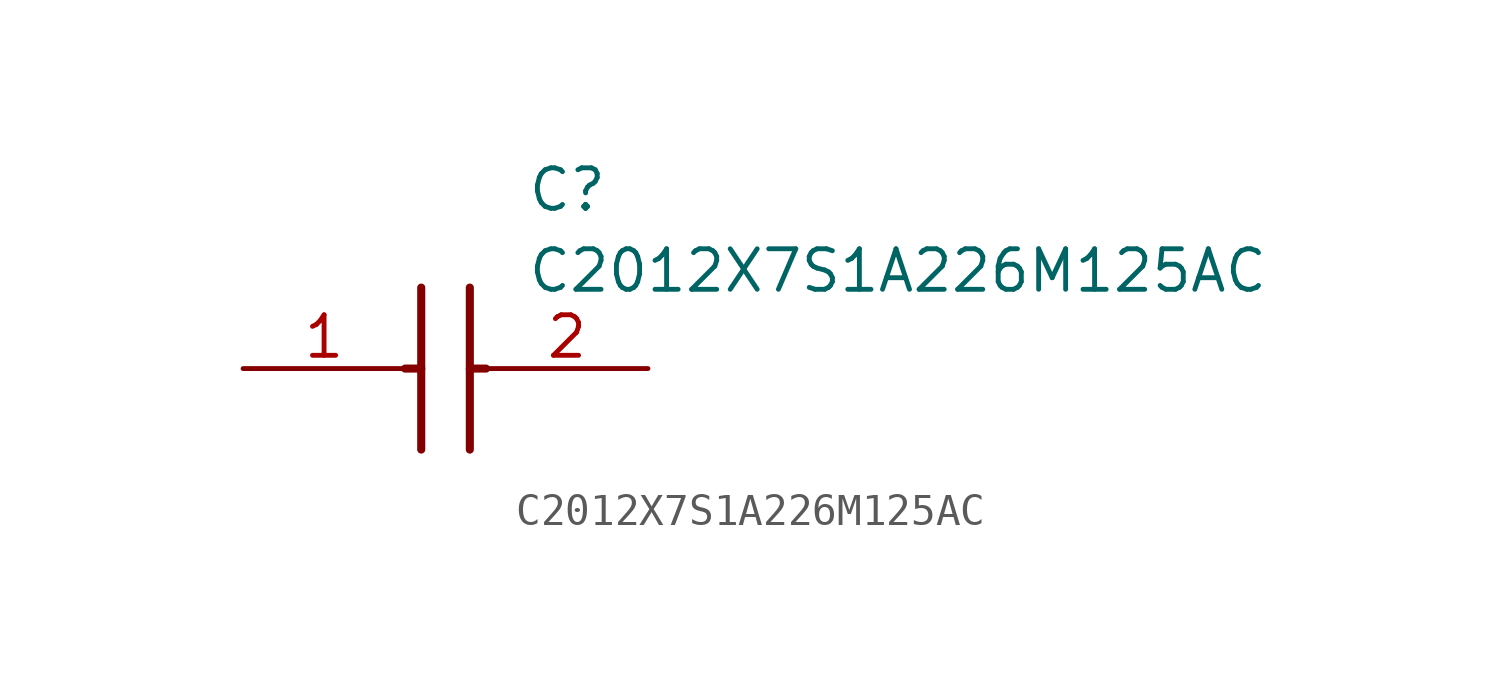
<source format=kicad_sym>
(kicad_symbol_lib
  (version 20211014)
  (generator SamacSys_ECAD_Model)
  (symbol "C2012X7S1A226M125AC"
    (pin_names hide)
    (property "Reference" "C"
      (at 8.89 6.35 0)
      (effects (font (size 1.27 1.27)) (justify left top)))
    (property "Value" "C2012X7S1A226M125AC"
      (at 8.89 3.81 0)
      (effects (font (size 1.27 1.27)) (justify left top)))
    (polyline
      (pts (xy 5.588 2.54) (xy 5.588 -2.54))
      (stroke (width 0.254) (type default))
      (fill (type none)))
    (polyline
      (pts (xy 7.112 2.54) (xy 7.112 -2.54))
      (stroke (width 0.254) (type default))
      (fill (type none)))
    (polyline
      (pts (xy 5.08 0) (xy 5.588 0))
      (stroke (width 0.254) (type default))
      (fill (type none)))
    (polyline
      (pts (xy 7.112 0) (xy 7.62 0))
      (stroke (width 0.254) (type default))
      (fill (type none)))
    (pin passive line
      (at 0 0 0)
      (length 5.08)
      (name "1" (effects (font (size 1.27 1.27))))
      (number "1" (effects (font (size 1.27 1.27)))))
    (pin passive line
      (at 12.7 0 180)
      (length 5.08)
      (name "2" (effects (font (size 1.27 1.27))))
      (number "2" (effects (font (size 1.27 1.27)))))))
</source>
